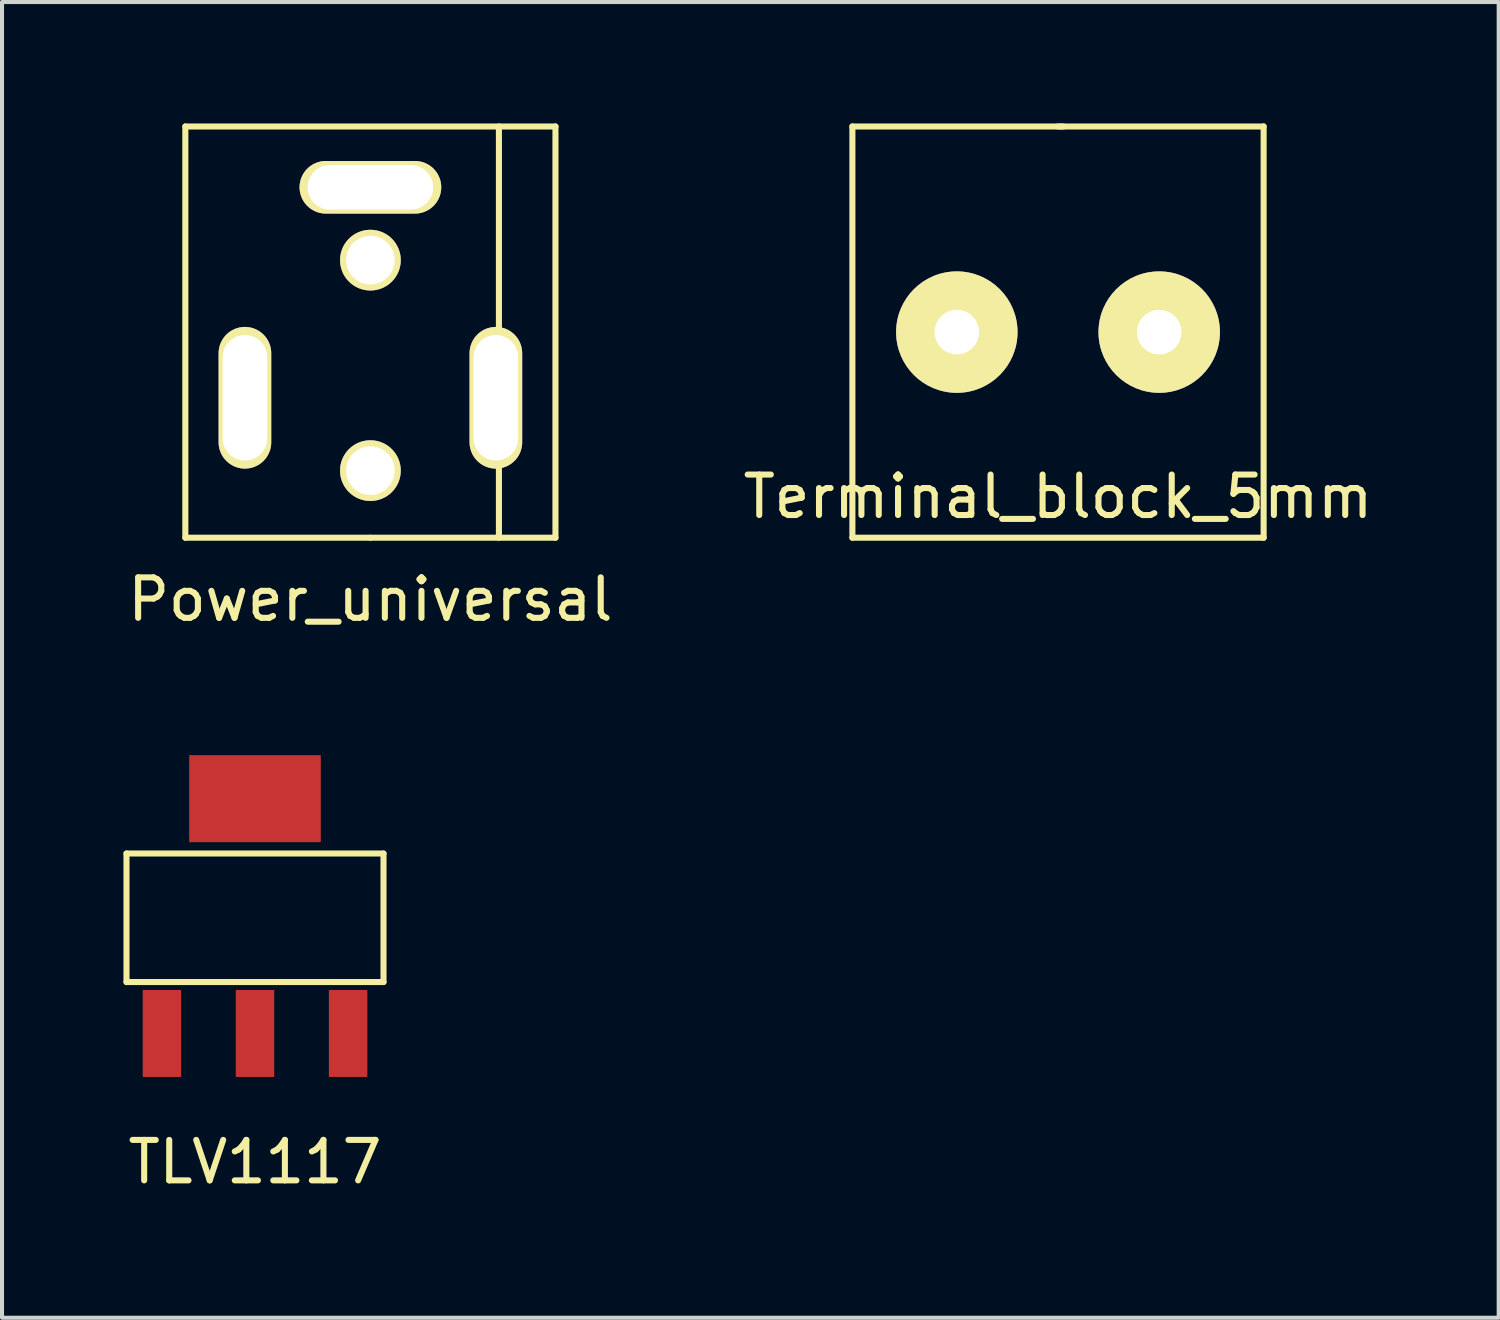
<source format=kicad_pcb>
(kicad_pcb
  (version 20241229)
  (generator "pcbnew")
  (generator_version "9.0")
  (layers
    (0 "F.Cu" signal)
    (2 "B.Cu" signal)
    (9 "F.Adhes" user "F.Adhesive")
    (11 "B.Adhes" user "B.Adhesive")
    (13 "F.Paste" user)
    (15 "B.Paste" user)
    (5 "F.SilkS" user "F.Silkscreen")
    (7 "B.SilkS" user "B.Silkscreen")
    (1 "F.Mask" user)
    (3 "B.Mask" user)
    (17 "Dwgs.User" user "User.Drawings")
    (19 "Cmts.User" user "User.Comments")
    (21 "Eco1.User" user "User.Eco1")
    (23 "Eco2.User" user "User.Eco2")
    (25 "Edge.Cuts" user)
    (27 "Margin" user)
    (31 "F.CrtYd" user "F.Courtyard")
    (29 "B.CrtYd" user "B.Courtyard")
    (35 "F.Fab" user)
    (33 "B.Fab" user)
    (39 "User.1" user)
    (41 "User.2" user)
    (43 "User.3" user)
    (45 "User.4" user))
  (footprint "Terminal_block_5mm"
    (layer "F.Cu")
    (at 23.089 5.155)
    (property "Reference" "Terminal_block_5mm" (at 0 4.064 0) (layer "F.SilkS") (effects (font (size 1 1) (thickness 0.15))))
    (attr through_hole)
    (fp_line (start -5.08 5.08) (end -5.08 -5.08) (stroke (width 0.15) (type solid)) (layer "F.SilkS"))
    (fp_line (start -5.08 5.08) (end 5.08 5.08) (stroke (width 0.15) (type solid)) (layer "F.SilkS"))
    (fp_line (start 0 -5.08) (end 5.08 -5.08) (stroke (width 0.15) (type solid)) (layer "F.SilkS"))
    (fp_line (start 0.127 -5.08) (end -5.08 -5.08) (stroke (width 0.15) (type solid)) (layer "F.SilkS"))
    (fp_line (start 5.08 -5.08) (end 5.08 5.08) (stroke (width 0.15) (type solid)) (layer "F.SilkS"))
    (pad "1" thru_hole circle (at 2.5 0) (size 3 3) (drill 1.1) (layers "*.Cu" "*.Mask" "F.SilkS"))
    (pad "2" thru_hole circle (at -2.5 0) (size 3 3) (drill 1.1) (layers "*.Cu" "*.Mask" "F.SilkS")))
  (footprint "Power_universal"
    (layer "F.Cu")
    (at 6.101 3.377)
    (property "Reference" "Power_universal" (at 0 8.382 0) (layer "F.SilkS") (effects (font (size 1 1) (thickness 0.15))))
    (attr through_hole)
    (fp_line (start -4.572 -3.302) (end -4.572 6.858) (stroke (width 0.15) (type solid)) (layer "F.SilkS"))
    (fp_line (start -4.572 6.858) (end 0 6.858) (stroke (width 0.15) (type solid)) (layer "F.SilkS"))
    (fp_line (start 0 6.858) (end 4.572 6.858) (stroke (width 0.15) (type solid)) (layer "F.SilkS"))
    (fp_line (start 3.175 -3.302) (end 3.175 6.858) (stroke (width 0.15) (type solid)) (layer "F.SilkS"))
    (fp_line (start 4.572 -3.302) (end -4.572 -3.302) (stroke (width 0.15) (type solid)) (layer "F.SilkS"))
    (fp_line (start 4.572 -3.302) (end 4.572 6.858) (stroke (width 0.15) (type solid)) (layer "F.SilkS"))
    (pad "1" thru_hole oval (at -3.1 3.4) (size 1.3 3.5) (drill oval 1.1 3.1) (layers "*.Cu" "*.Mask" "F.SilkS"))
    (pad "1" thru_hole circle (at 0 5.2) (size 1.5 1.5) (drill 1.2) (layers "*.Cu" "*.Mask" "F.SilkS"))
    (pad "2" thru_hole oval (at 0 -1.8) (size 3.5 1.3) (drill oval 3.1 1.1) (layers "*.Cu" "*.Mask" "F.SilkS"))
    (pad "2" thru_hole circle (at 0 0) (size 1.5 1.5) (drill 1.2) (layers "*.Cu" "*.Mask" "F.SilkS"))
    (pad "2" thru_hole oval (at 3.1 3.4) (size 1.3 3.5) (drill oval 1.1 3.1) (layers "*.Cu" "*.Mask" "F.SilkS")))
  (footprint "TLV1117"
    (layer "F.Cu")
    (at 3.25 22.482)
    (property "Reference" "TLV1117" (at 0 3.175 0) (layer "F.SilkS") (effects (font (size 1 1) (thickness 0.15))))
    (attr through_hole)
    (fp_line (start -3.175 -4.445) (end 3.175 -4.445) (stroke (width 0.15) (type solid)) (layer "F.SilkS"))
    (fp_line (start -3.175 -1.27) (end -3.175 -4.445) (stroke (width 0.15) (type solid)) (layer "F.SilkS"))
    (fp_line (start 3.175 -4.445) (end 3.175 -1.27) (stroke (width 0.15) (type solid)) (layer "F.SilkS"))
    (fp_line (start 3.175 -1.27) (end -3.175 -1.27) (stroke (width 0.15) (type solid)) (layer "F.SilkS"))
    (pad "1" smd rect (at -2.3 0) (size 0.95 2.15) (layers "F.Cu" "F.Mask" "F.Paste"))
    (pad "2" smd rect (at 0 -5.8) (size 3.25 2.15) (layers "F.Cu" "F.Mask" "F.Paste"))
    (pad "2" smd rect (at 0 0) (size 0.95 2.15) (layers "F.Cu" "F.Mask" "F.Paste"))
    (pad "3" smd rect (at 2.3 0) (size 0.95 2.15) (layers "F.Cu" "F.Mask" "F.Paste")))
  (gr_rect
    (start -3 -3)
    (end 33.976 29.506)
    (stroke (width 0.1) (type default))
    (fill no)
    (layer "Edge.Cuts")))
</source>
